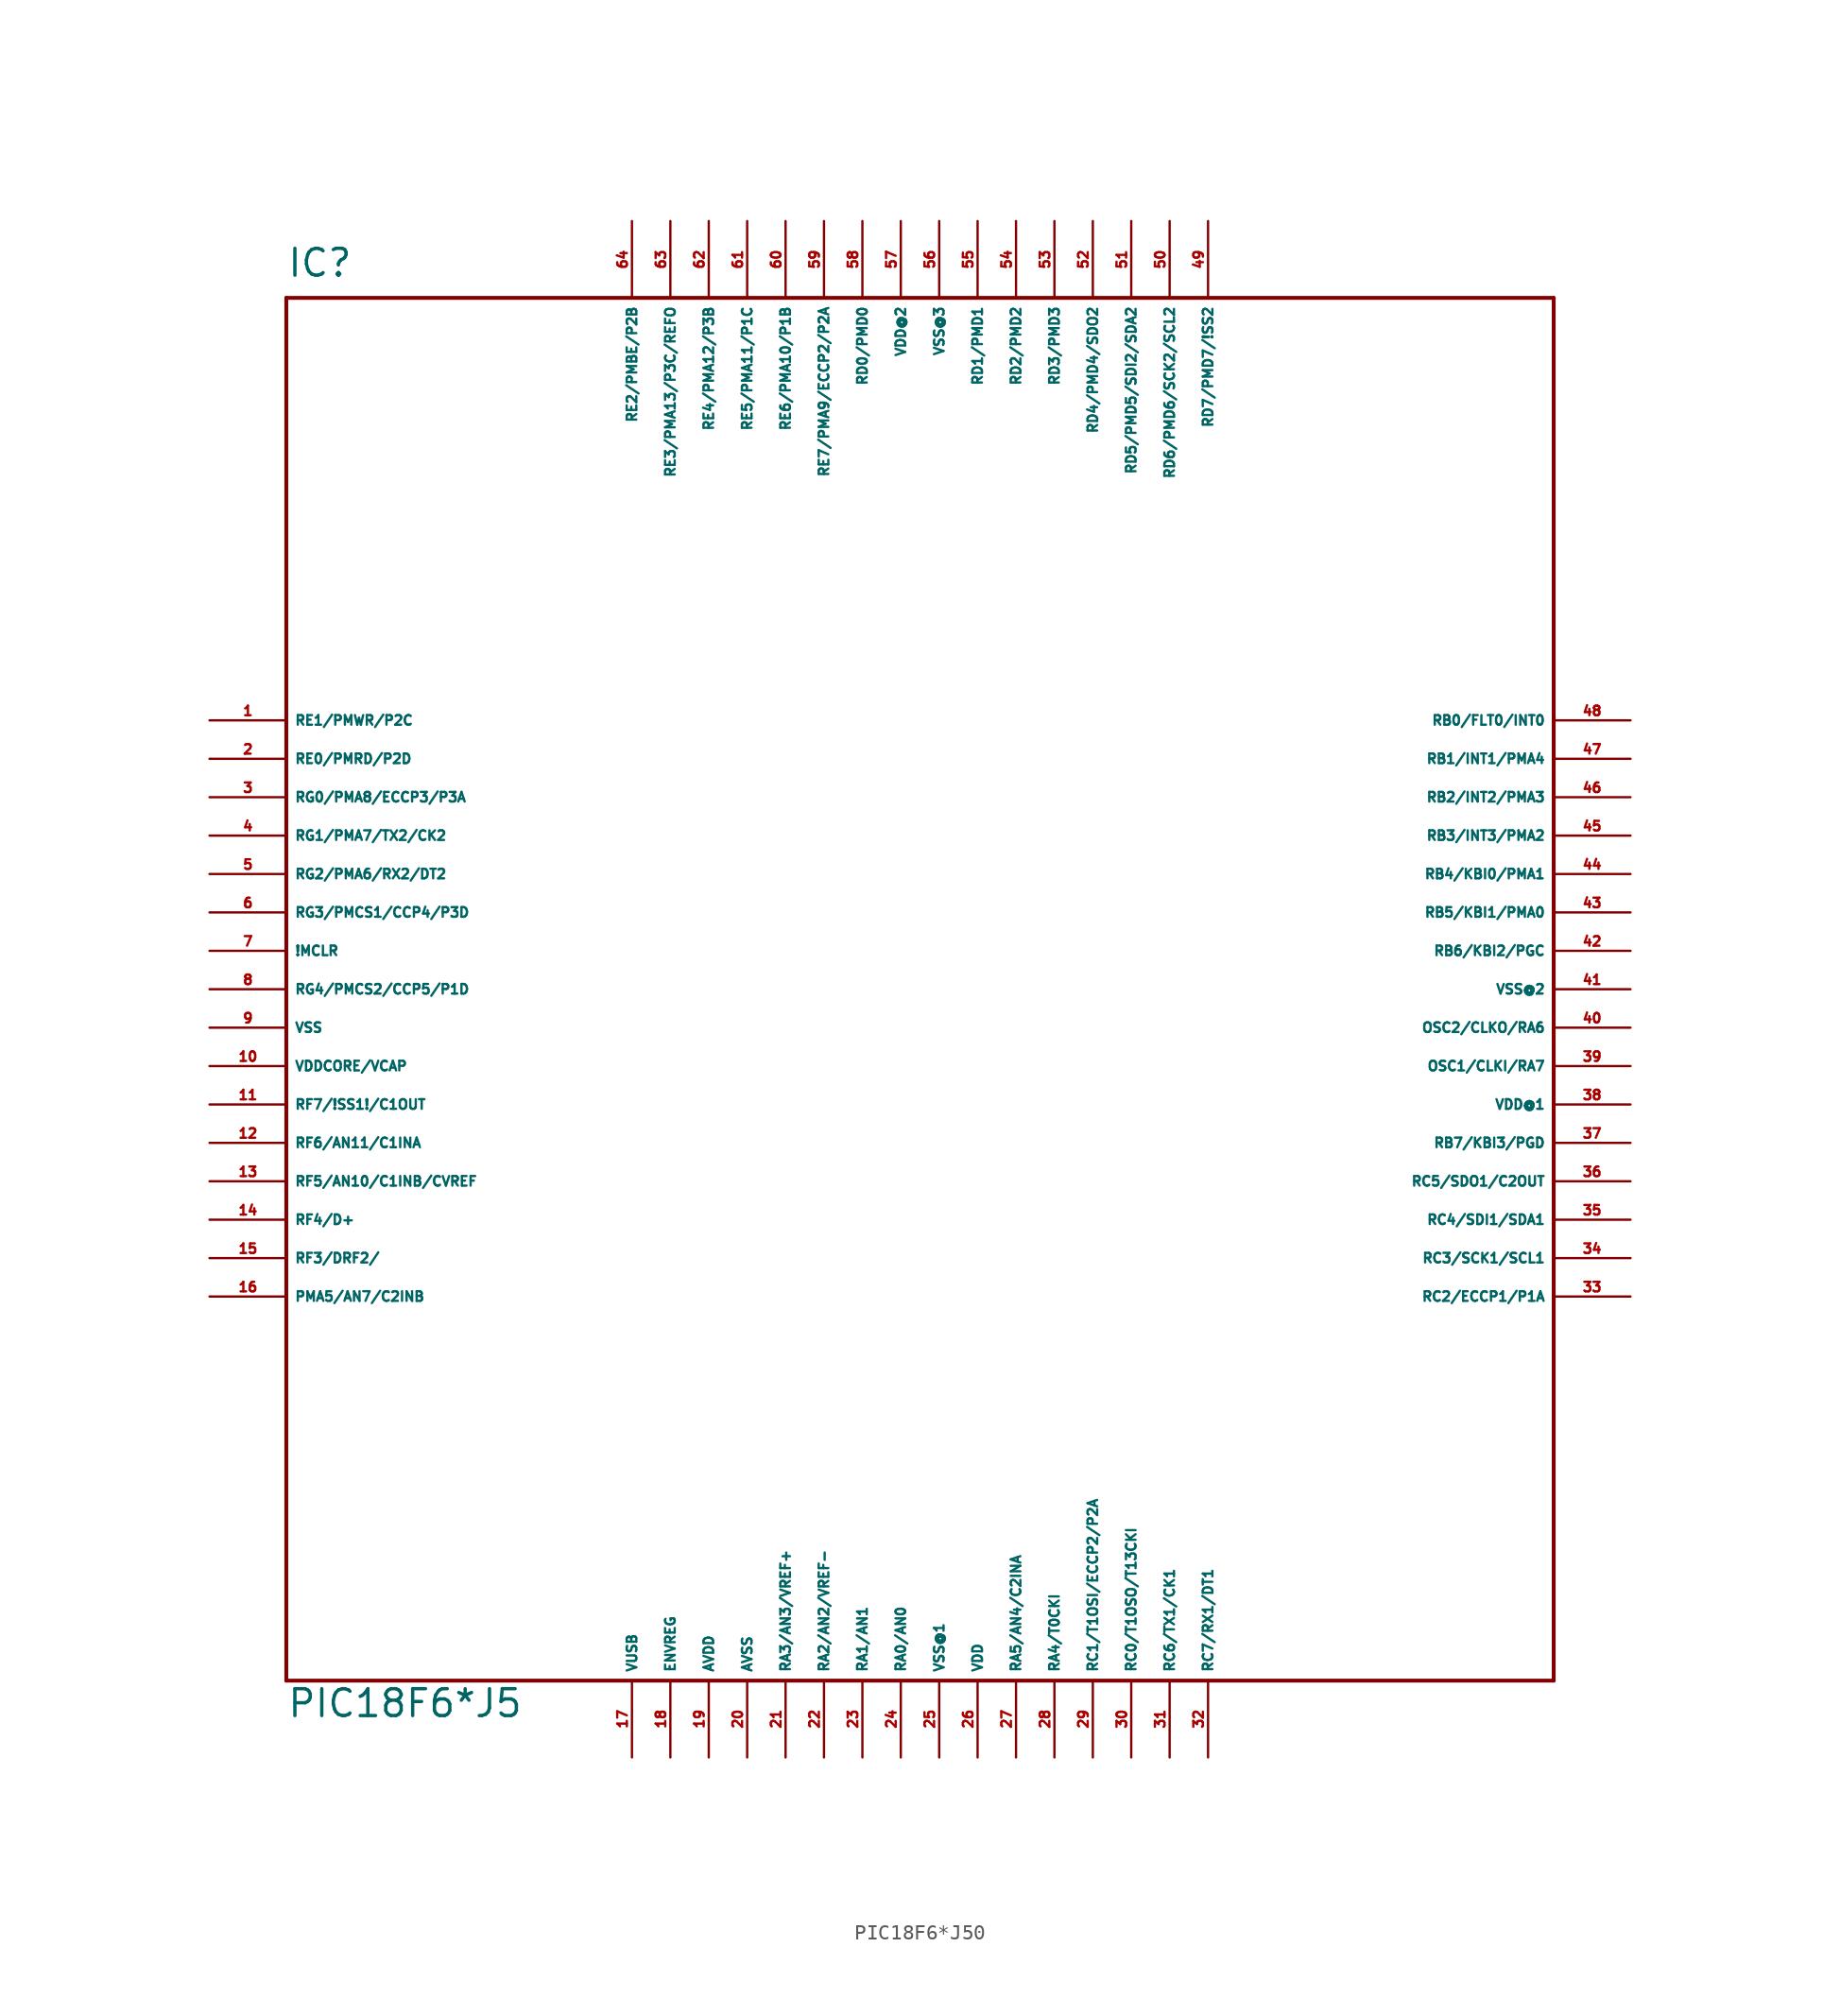
<source format=kicad_sym>
(kicad_symbol_lib
  (version 20220914)
  (generator Eagle2Kicad)
  (symbol "PIC18F6*J50"
    (property "Reference" "IC"
      (at -43.18 46.99 0)
      (effects (font (size 1.778 1.778) (thickness 0.22)) (justify left bottom)))
    (property "Value" "PIC18F6*J5"
      (at -43.18 -48.26 0)
      (effects (font (size 1.778 1.778) (thickness 0.22)) (justify left bottom)))
    (polyline
      (pts (xy -43.18 -45.72) (xy 40.64 -45.72))
      (stroke (width 0.254) (type default))
      (fill (type none)))
    (polyline
      (pts (xy 40.64 -45.72) (xy 40.64 45.72))
      (stroke (width 0.254) (type default))
      (fill (type none)))
    (polyline
      (pts (xy 40.64 45.72) (xy -43.18 45.72))
      (stroke (width 0.254) (type default))
      (fill (type none)))
    (polyline
      (pts (xy -43.18 45.72) (xy -43.18 -45.72))
      (stroke (width 0.254) (type default))
      (fill (type none)))
    (pin bidirectional line
      (at -48.26 17.78 0)
      (length 5.08)
      (name "RE1/PMWR/P2C" (effects (font (size 0.635 0.635) (thickness 0.08)) (justify left bottom)))
      (number "1" (effects (font (size 0.635 0.635) (thickness 0.08)) (justify left bottom))))
    (pin bidirectional line
      (at -48.26 15.24 0)
      (length 5.08)
      (name "RE0/PMRD/P2D" (effects (font (size 0.635 0.635) (thickness 0.08)) (justify left bottom)))
      (number "2" (effects (font (size 0.635 0.635) (thickness 0.08)) (justify left bottom))))
    (pin bidirectional line
      (at -48.26 12.7 0)
      (length 5.08)
      (name "RG0/PMA8/ECCP3/P3A" (effects (font (size 0.635 0.635) (thickness 0.08)) (justify left bottom)))
      (number "3" (effects (font (size 0.635 0.635) (thickness 0.08)) (justify left bottom))))
    (pin bidirectional line
      (at -48.26 10.16 0)
      (length 5.08)
      (name "RG1/PMA7/TX2/CK2" (effects (font (size 0.635 0.635) (thickness 0.08)) (justify left bottom)))
      (number "4" (effects (font (size 0.635 0.635) (thickness 0.08)) (justify left bottom))))
    (pin bidirectional line
      (at -48.26 7.62 0)
      (length 5.08)
      (name "RG2/PMA6/RX2/DT2" (effects (font (size 0.635 0.635) (thickness 0.08)) (justify left bottom)))
      (number "5" (effects (font (size 0.635 0.635) (thickness 0.08)) (justify left bottom))))
    (pin bidirectional line
      (at -48.26 5.08 0)
      (length 5.08)
      (name "RG3/PMCS1/CCP4/P3D" (effects (font (size 0.635 0.635) (thickness 0.08)) (justify left bottom)))
      (number "6" (effects (font (size 0.635 0.635) (thickness 0.08)) (justify left bottom))))
    (pin input line
      (at -48.26 2.54 0)
      (length 5.08)
      (name "!MCLR" (effects (font (size 0.635 0.635) (thickness 0.08)) (justify left bottom)))
      (number "7" (effects (font (size 0.635 0.635) (thickness 0.08)) (justify left bottom))))
    (pin bidirectional line
      (at -48.26 0 0)
      (length 5.08)
      (name "RG4/PMCS2/CCP5/P1D" (effects (font (size 0.635 0.635) (thickness 0.08)) (justify left bottom)))
      (number "8" (effects (font (size 0.635 0.635) (thickness 0.08)) (justify left bottom))))
    (pin unspecified line
      (at -48.26 -2.54 0)
      (length 5.08)
      (name "VSS" (effects (font (size 0.635 0.635) (thickness 0.08)) (justify left bottom)))
      (number "9" (effects (font (size 0.635 0.635) (thickness 0.08)) (justify left bottom))))
    (pin bidirectional line
      (at -48.26 -5.08 0)
      (length 5.08)
      (name "VDDCORE/VCAP" (effects (font (size 0.635 0.635) (thickness 0.08)) (justify left bottom)))
      (number "10" (effects (font (size 0.635 0.635) (thickness 0.08)) (justify left bottom))))
    (pin bidirectional line
      (at -48.26 -7.62 0)
      (length 5.08)
      (name "RF7/!SS1!/C1OUT" (effects (font (size 0.635 0.635) (thickness 0.08)) (justify left bottom)))
      (number "11" (effects (font (size 0.635 0.635) (thickness 0.08)) (justify left bottom))))
    (pin bidirectional line
      (at -48.26 -10.16 0)
      (length 5.08)
      (name "RF6/AN11/C1INA" (effects (font (size 0.635 0.635) (thickness 0.08)) (justify left bottom)))
      (number "12" (effects (font (size 0.635 0.635) (thickness 0.08)) (justify left bottom))))
    (pin bidirectional line
      (at -48.26 -12.7 0)
      (length 5.08)
      (name "RF5/AN10/C1INB/CVREF" (effects (font (size 0.635 0.635) (thickness 0.08)) (justify left bottom)))
      (number "13" (effects (font (size 0.635 0.635) (thickness 0.08)) (justify left bottom))))
    (pin bidirectional line
      (at -48.26 -15.24 0)
      (length 5.08)
      (name "RF4/D+" (effects (font (size 0.635 0.635) (thickness 0.08)) (justify left bottom)))
      (number "14" (effects (font (size 0.635 0.635) (thickness 0.08)) (justify left bottom))))
    (pin bidirectional line
      (at -48.26 -17.78 0)
      (length 5.08)
      (name "RF3/DRF2/" (effects (font (size 0.635 0.635) (thickness 0.08)) (justify left bottom)))
      (number "15" (effects (font (size 0.635 0.635) (thickness 0.08)) (justify left bottom))))
    (pin bidirectional line
      (at -48.26 -20.32 0)
      (length 5.08)
      (name "PMA5/AN7/C2INB" (effects (font (size 0.635 0.635) (thickness 0.08)) (justify left bottom)))
      (number "16" (effects (font (size 0.635 0.635) (thickness 0.08)) (justify left bottom))))
    (pin bidirectional line
      (at -20.32 -50.8 90)
      (length 5.08)
      (name "VUSB" (effects (font (size 0.635 0.635) (thickness 0.08)) (justify left bottom)))
      (number "17" (effects (font (size 0.635 0.635) (thickness 0.08)) (justify left bottom))))
    (pin input line
      (at -17.78 -50.8 90)
      (length 5.08)
      (name "ENVREG" (effects (font (size 0.635 0.635) (thickness 0.08)) (justify left bottom)))
      (number "18" (effects (font (size 0.635 0.635) (thickness 0.08)) (justify left bottom))))
    (pin bidirectional line
      (at -15.24 -50.8 90)
      (length 5.08)
      (name "AVDD" (effects (font (size 0.635 0.635) (thickness 0.08)) (justify left bottom)))
      (number "19" (effects (font (size 0.635 0.635) (thickness 0.08)) (justify left bottom))))
    (pin bidirectional line
      (at -12.7 -50.8 90)
      (length 5.08)
      (name "AVSS" (effects (font (size 0.635 0.635) (thickness 0.08)) (justify left bottom)))
      (number "20" (effects (font (size 0.635 0.635) (thickness 0.08)) (justify left bottom))))
    (pin bidirectional line
      (at -10.16 -50.8 90)
      (length 5.08)
      (name "RA3/AN3/VREF+" (effects (font (size 0.635 0.635) (thickness 0.08)) (justify left bottom)))
      (number "21" (effects (font (size 0.635 0.635) (thickness 0.08)) (justify left bottom))))
    (pin bidirectional line
      (at -7.62 -50.8 90)
      (length 5.08)
      (name "RA2/AN2/VREF-" (effects (font (size 0.635 0.635) (thickness 0.08)) (justify left bottom)))
      (number "22" (effects (font (size 0.635 0.635) (thickness 0.08)) (justify left bottom))))
    (pin bidirectional line
      (at -5.08 -50.8 90)
      (length 5.08)
      (name "RA1/AN1" (effects (font (size 0.635 0.635) (thickness 0.08)) (justify left bottom)))
      (number "23" (effects (font (size 0.635 0.635) (thickness 0.08)) (justify left bottom))))
    (pin bidirectional line
      (at -2.54 -50.8 90)
      (length 5.08)
      (name "RA0/AN0" (effects (font (size 0.635 0.635) (thickness 0.08)) (justify left bottom)))
      (number "24" (effects (font (size 0.635 0.635) (thickness 0.08)) (justify left bottom))))
    (pin unspecified line
      (at 0 -50.8 90)
      (length 5.08)
      (name "VSS@1" (effects (font (size 0.635 0.635) (thickness 0.08)) (justify left bottom)))
      (number "25" (effects (font (size 0.635 0.635) (thickness 0.08)) (justify left bottom))))
    (pin unspecified line
      (at 2.54 -50.8 90)
      (length 5.08)
      (name "VDD" (effects (font (size 0.635 0.635) (thickness 0.08)) (justify left bottom)))
      (number "26" (effects (font (size 0.635 0.635) (thickness 0.08)) (justify left bottom))))
    (pin bidirectional line
      (at 5.08 -50.8 90)
      (length 5.08)
      (name "RA5/AN4/C2INA" (effects (font (size 0.635 0.635) (thickness 0.08)) (justify left bottom)))
      (number "27" (effects (font (size 0.635 0.635) (thickness 0.08)) (justify left bottom))))
    (pin bidirectional line
      (at 7.62 -50.8 90)
      (length 5.08)
      (name "RA4/T0CKI" (effects (font (size 0.635 0.635) (thickness 0.08)) (justify left bottom)))
      (number "28" (effects (font (size 0.635 0.635) (thickness 0.08)) (justify left bottom))))
    (pin bidirectional line
      (at 10.16 -50.8 90)
      (length 5.08)
      (name "RC1/T1OSI/ECCP2/P2A" (effects (font (size 0.635 0.635) (thickness 0.08)) (justify left bottom)))
      (number "29" (effects (font (size 0.635 0.635) (thickness 0.08)) (justify left bottom))))
    (pin bidirectional line
      (at 12.7 -50.8 90)
      (length 5.08)
      (name "RC0/T1OSO/T13CKI" (effects (font (size 0.635 0.635) (thickness 0.08)) (justify left bottom)))
      (number "30" (effects (font (size 0.635 0.635) (thickness 0.08)) (justify left bottom))))
    (pin bidirectional line
      (at 15.24 -50.8 90)
      (length 5.08)
      (name "RC6/TX1/CK1" (effects (font (size 0.635 0.635) (thickness 0.08)) (justify left bottom)))
      (number "31" (effects (font (size 0.635 0.635) (thickness 0.08)) (justify left bottom))))
    (pin bidirectional line
      (at 17.78 -50.8 90)
      (length 5.08)
      (name "RC7/RX1/DT1" (effects (font (size 0.635 0.635) (thickness 0.08)) (justify left bottom)))
      (number "32" (effects (font (size 0.635 0.635) (thickness 0.08)) (justify left bottom))))
    (pin bidirectional line
      (at 45.72 -20.32 180)
      (length 5.08)
      (name "RC2/ECCP1/P1A" (effects (font (size 0.635 0.635) (thickness 0.08)) (justify left bottom)))
      (number "33" (effects (font (size 0.635 0.635) (thickness 0.08)) (justify left bottom))))
    (pin bidirectional line
      (at 45.72 -17.78 180)
      (length 5.08)
      (name "RC3/SCK1/SCL1" (effects (font (size 0.635 0.635) (thickness 0.08)) (justify left bottom)))
      (number "34" (effects (font (size 0.635 0.635) (thickness 0.08)) (justify left bottom))))
    (pin bidirectional line
      (at 45.72 -15.24 180)
      (length 5.08)
      (name "RC4/SDI1/SDA1" (effects (font (size 0.635 0.635) (thickness 0.08)) (justify left bottom)))
      (number "35" (effects (font (size 0.635 0.635) (thickness 0.08)) (justify left bottom))))
    (pin bidirectional line
      (at 45.72 -12.7 180)
      (length 5.08)
      (name "RC5/SDO1/C2OUT" (effects (font (size 0.635 0.635) (thickness 0.08)) (justify left bottom)))
      (number "36" (effects (font (size 0.635 0.635) (thickness 0.08)) (justify left bottom))))
    (pin bidirectional line
      (at 45.72 -10.16 180)
      (length 5.08)
      (name "RB7/KBI3/PGD" (effects (font (size 0.635 0.635) (thickness 0.08)) (justify left bottom)))
      (number "37" (effects (font (size 0.635 0.635) (thickness 0.08)) (justify left bottom))))
    (pin unspecified line
      (at 45.72 -7.62 180)
      (length 5.08)
      (name "VDD@1" (effects (font (size 0.635 0.635) (thickness 0.08)) (justify left bottom)))
      (number "38" (effects (font (size 0.635 0.635) (thickness 0.08)) (justify left bottom))))
    (pin bidirectional line
      (at 45.72 -5.08 180)
      (length 5.08)
      (name "OSC1/CLKI/RA7" (effects (font (size 0.635 0.635) (thickness 0.08)) (justify left bottom)))
      (number "39" (effects (font (size 0.635 0.635) (thickness 0.08)) (justify left bottom))))
    (pin bidirectional line
      (at 45.72 -2.54 180)
      (length 5.08)
      (name "OSC2/CLKO/RA6" (effects (font (size 0.635 0.635) (thickness 0.08)) (justify left bottom)))
      (number "40" (effects (font (size 0.635 0.635) (thickness 0.08)) (justify left bottom))))
    (pin unspecified line
      (at 45.72 0 180)
      (length 5.08)
      (name "VSS@2" (effects (font (size 0.635 0.635) (thickness 0.08)) (justify left bottom)))
      (number "41" (effects (font (size 0.635 0.635) (thickness 0.08)) (justify left bottom))))
    (pin bidirectional line
      (at 45.72 2.54 180)
      (length 5.08)
      (name "RB6/KBI2/PGC" (effects (font (size 0.635 0.635) (thickness 0.08)) (justify left bottom)))
      (number "42" (effects (font (size 0.635 0.635) (thickness 0.08)) (justify left bottom))))
    (pin bidirectional line
      (at 45.72 5.08 180)
      (length 5.08)
      (name "RB5/KBI1/PMA0" (effects (font (size 0.635 0.635) (thickness 0.08)) (justify left bottom)))
      (number "43" (effects (font (size 0.635 0.635) (thickness 0.08)) (justify left bottom))))
    (pin bidirectional line
      (at 45.72 7.62 180)
      (length 5.08)
      (name "RB4/KBI0/PMA1" (effects (font (size 0.635 0.635) (thickness 0.08)) (justify left bottom)))
      (number "44" (effects (font (size 0.635 0.635) (thickness 0.08)) (justify left bottom))))
    (pin bidirectional line
      (at 45.72 10.16 180)
      (length 5.08)
      (name "RB3/INT3/PMA2" (effects (font (size 0.635 0.635) (thickness 0.08)) (justify left bottom)))
      (number "45" (effects (font (size 0.635 0.635) (thickness 0.08)) (justify left bottom))))
    (pin bidirectional line
      (at 45.72 12.7 180)
      (length 5.08)
      (name "RB2/INT2/PMA3" (effects (font (size 0.635 0.635) (thickness 0.08)) (justify left bottom)))
      (number "46" (effects (font (size 0.635 0.635) (thickness 0.08)) (justify left bottom))))
    (pin bidirectional line
      (at 45.72 15.24 180)
      (length 5.08)
      (name "RB1/INT1/PMA4" (effects (font (size 0.635 0.635) (thickness 0.08)) (justify left bottom)))
      (number "47" (effects (font (size 0.635 0.635) (thickness 0.08)) (justify left bottom))))
    (pin bidirectional line
      (at 45.72 17.78 180)
      (length 5.08)
      (name "RB0/FLT0/INT0" (effects (font (size 0.635 0.635) (thickness 0.08)) (justify left bottom)))
      (number "48" (effects (font (size 0.635 0.635) (thickness 0.08)) (justify left bottom))))
    (pin bidirectional line
      (at 17.78 50.8 270)
      (length 5.08)
      (name "RD7/PMD7/!SS2" (effects (font (size 0.635 0.635) (thickness 0.08)) (justify left bottom)))
      (number "49" (effects (font (size 0.635 0.635) (thickness 0.08)) (justify left bottom))))
    (pin bidirectional line
      (at 15.24 50.8 270)
      (length 5.08)
      (name "RD6/PMD6/SCK2/SCL2" (effects (font (size 0.635 0.635) (thickness 0.08)) (justify left bottom)))
      (number "50" (effects (font (size 0.635 0.635) (thickness 0.08)) (justify left bottom))))
    (pin bidirectional line
      (at 12.7 50.8 270)
      (length 5.08)
      (name "RD5/PMD5/SDI2/SDA2" (effects (font (size 0.635 0.635) (thickness 0.08)) (justify left bottom)))
      (number "51" (effects (font (size 0.635 0.635) (thickness 0.08)) (justify left bottom))))
    (pin bidirectional line
      (at 10.16 50.8 270)
      (length 5.08)
      (name "RD4/PMD4/SDO2" (effects (font (size 0.635 0.635) (thickness 0.08)) (justify left bottom)))
      (number "52" (effects (font (size 0.635 0.635) (thickness 0.08)) (justify left bottom))))
    (pin bidirectional line
      (at 7.62 50.8 270)
      (length 5.08)
      (name "RD3/PMD3" (effects (font (size 0.635 0.635) (thickness 0.08)) (justify left bottom)))
      (number "53" (effects (font (size 0.635 0.635) (thickness 0.08)) (justify left bottom))))
    (pin bidirectional line
      (at 5.08 50.8 270)
      (length 5.08)
      (name "RD2/PMD2" (effects (font (size 0.635 0.635) (thickness 0.08)) (justify left bottom)))
      (number "54" (effects (font (size 0.635 0.635) (thickness 0.08)) (justify left bottom))))
    (pin bidirectional line
      (at 2.54 50.8 270)
      (length 5.08)
      (name "RD1/PMD1" (effects (font (size 0.635 0.635) (thickness 0.08)) (justify left bottom)))
      (number "55" (effects (font (size 0.635 0.635) (thickness 0.08)) (justify left bottom))))
    (pin unspecified line
      (at 0 50.8 270)
      (length 5.08)
      (name "VSS@3" (effects (font (size 0.635 0.635) (thickness 0.08)) (justify left bottom)))
      (number "56" (effects (font (size 0.635 0.635) (thickness 0.08)) (justify left bottom))))
    (pin unspecified line
      (at -2.54 50.8 270)
      (length 5.08)
      (name "VDD@2" (effects (font (size 0.635 0.635) (thickness 0.08)) (justify left bottom)))
      (number "57" (effects (font (size 0.635 0.635) (thickness 0.08)) (justify left bottom))))
    (pin bidirectional line
      (at -5.08 50.8 270)
      (length 5.08)
      (name "RD0/PMD0" (effects (font (size 0.635 0.635) (thickness 0.08)) (justify left bottom)))
      (number "58" (effects (font (size 0.635 0.635) (thickness 0.08)) (justify left bottom))))
    (pin bidirectional line
      (at -7.62 50.8 270)
      (length 5.08)
      (name "RE7/PMA9/ECCP2/P2A" (effects (font (size 0.635 0.635) (thickness 0.08)) (justify left bottom)))
      (number "59" (effects (font (size 0.635 0.635) (thickness 0.08)) (justify left bottom))))
    (pin bidirectional line
      (at -10.16 50.8 270)
      (length 5.08)
      (name "RE6/PMA10/P1B" (effects (font (size 0.635 0.635) (thickness 0.08)) (justify left bottom)))
      (number "60" (effects (font (size 0.635 0.635) (thickness 0.08)) (justify left bottom))))
    (pin bidirectional line
      (at -12.7 50.8 270)
      (length 5.08)
      (name "RE5/PMA11/P1C" (effects (font (size 0.635 0.635) (thickness 0.08)) (justify left bottom)))
      (number "61" (effects (font (size 0.635 0.635) (thickness 0.08)) (justify left bottom))))
    (pin bidirectional line
      (at -15.24 50.8 270)
      (length 5.08)
      (name "RE4/PMA12/P3B" (effects (font (size 0.635 0.635) (thickness 0.08)) (justify left bottom)))
      (number "62" (effects (font (size 0.635 0.635) (thickness 0.08)) (justify left bottom))))
    (pin bidirectional line
      (at -17.78 50.8 270)
      (length 5.08)
      (name "RE3/PMA13/P3C/REFO" (effects (font (size 0.635 0.635) (thickness 0.08)) (justify left bottom)))
      (number "63" (effects (font (size 0.635 0.635) (thickness 0.08)) (justify left bottom))))
    (pin bidirectional line
      (at -20.32 50.8 270)
      (length 5.08)
      (name "RE2/PMBE/P2B" (effects (font (size 0.635 0.635) (thickness 0.08)) (justify left bottom)))
      (number "64" (effects (font (size 0.635 0.635) (thickness 0.08)) (justify left bottom))))))
</source>
